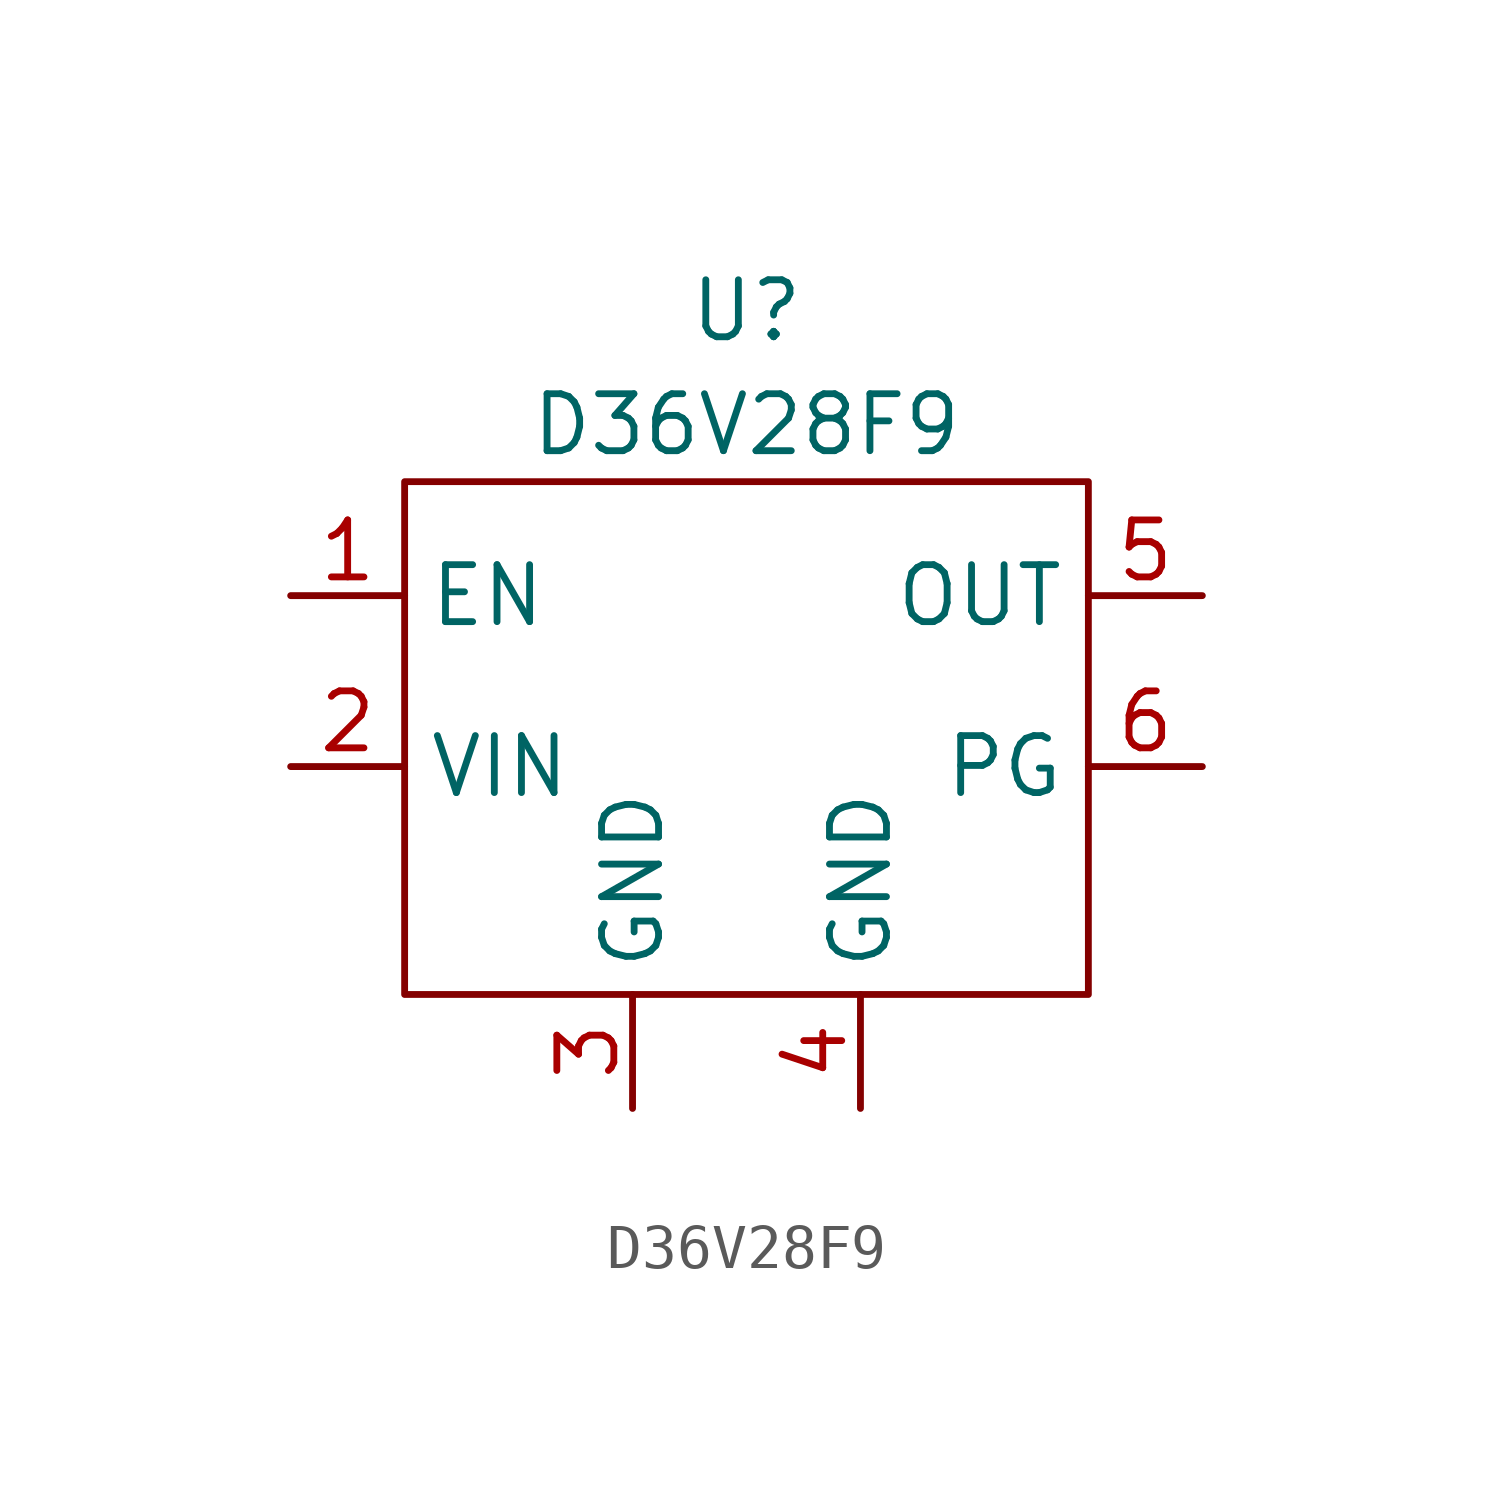
<source format=kicad_sym>
(kicad_symbol_lib
  (version 20211014)
  (generator kicad_symbol_editor)
  (symbol "D36V28F9"
    (property "Reference" "U"
      (at 0 13.97 0)
      (effects (font (size 1.27 1.27))))
    (property "Value" "D36V28F9"
      (at 0 11.43 0)
      (effects (font (size 1.27 1.27))))
    (symbol "D36V28F9_1_1"
      (rectangle (start -7.62 10.16) (end 7.62 -1.27) (stroke (width 0) (type default) (color 0 0 0 0)) (fill (type none)))
      (pin input line (at -10.16 7.62 0) (length 2.54) (name "EN" (effects (font (size 1.27 1.27)))) (number "1" (effects (font (size 1.27 1.27)))))
      (pin input line (at -10.16 3.81 0) (length 2.54) (name "VIN" (effects (font (size 1.27 1.27)))) (number "2" (effects (font (size 1.27 1.27)))))
      (pin input line (at -2.54 -3.81 90) (length 2.54) (name "GND" (effects (font (size 1.27 1.27)))) (number "3" (effects (font (size 1.27 1.27)))))
      (pin input line (at 2.54 -3.81 90) (length 2.54) (name "GND" (effects (font (size 1.27 1.27)))) (number "4" (effects (font (size 1.27 1.27)))))
      (pin output line (at 10.16 7.62 180) (length 2.54) (name "OUT" (effects (font (size 1.27 1.27)))) (number "5" (effects (font (size 1.27 1.27)))))
      (pin output line (at 10.16 3.81 180) (length 2.54) (name "PG" (effects (font (size 1.27 1.27)))) (number "6" (effects (font (size 1.27 1.27))))))))
</source>
